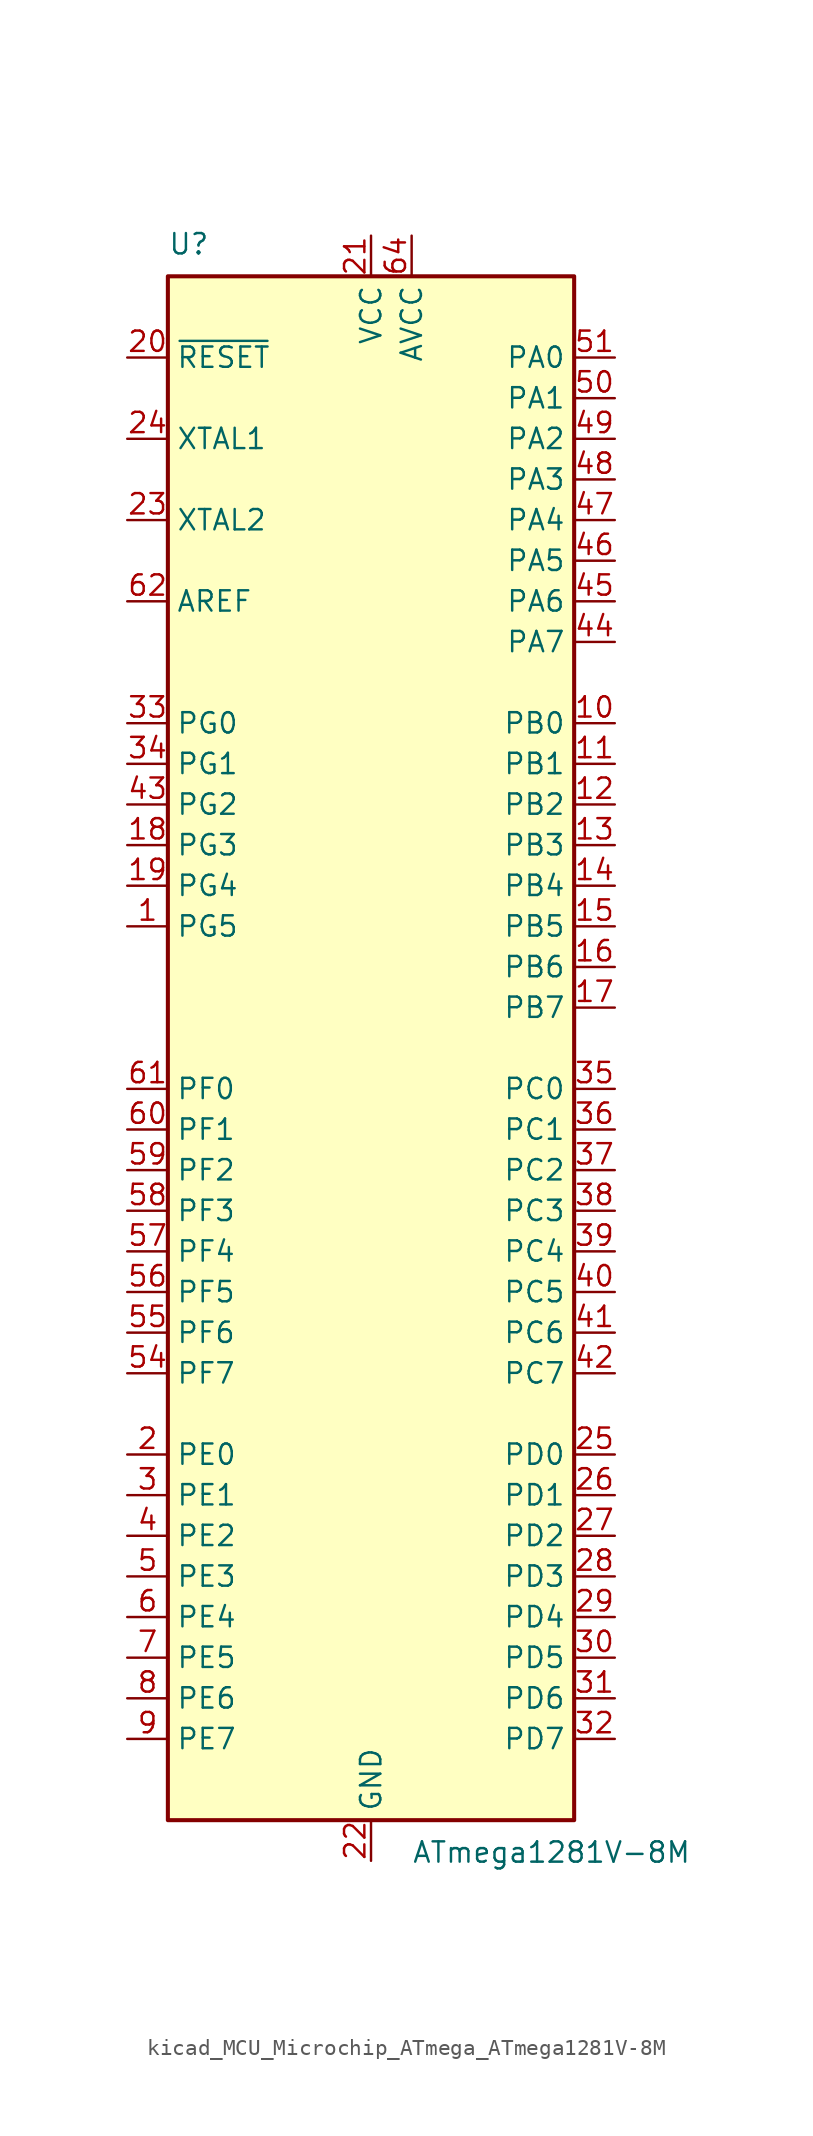
<source format=kicad_sym>
(kicad_symbol_lib
  (version 20220914)
  (generator kicad_symbol_editor)
  (symbol "kicad_MCU_Microchip_ATmega_ATmega1281V-8M"
    (property "Reference" "U"
      (at -12.7 49.53 0)
      (effects (font (size 1.27 1.27)) (justify left bottom)))
    (property "Value" "ATmega1281V-8M"
      (at 2.54 -49.53 0)
      (effects (font (size 1.27 1.27)) (justify left top)))
    (symbol "kicad_MCU_Microchip_ATmega_ATmega1281V-8M_0_1"
      (rectangle (start -12.7 -48.26) (end 12.7 48.26) (stroke (width 0.254) (type default)) (fill (type background))))
    (symbol "kicad_MCU_Microchip_ATmega_ATmega1281V-8M_1_1"
      (pin bidirectional line (at -15.24 7.62 0) (length 2.54) (name "PG5" (effects (font (size 1.27 1.27)))) (number "1" (effects (font (size 1.27 1.27)))))
      (pin bidirectional line (at 15.24 20.32 180) (length 2.54) (name "PB0" (effects (font (size 1.27 1.27)))) (number "10" (effects (font (size 1.27 1.27)))))
      (pin bidirectional line (at 15.24 17.78 180) (length 2.54) (name "PB1" (effects (font (size 1.27 1.27)))) (number "11" (effects (font (size 1.27 1.27)))))
      (pin bidirectional line (at 15.24 15.24 180) (length 2.54) (name "PB2" (effects (font (size 1.27 1.27)))) (number "12" (effects (font (size 1.27 1.27)))))
      (pin bidirectional line (at 15.24 12.7 180) (length 2.54) (name "PB3" (effects (font (size 1.27 1.27)))) (number "13" (effects (font (size 1.27 1.27)))))
      (pin bidirectional line (at 15.24 10.16 180) (length 2.54) (name "PB4" (effects (font (size 1.27 1.27)))) (number "14" (effects (font (size 1.27 1.27)))))
      (pin bidirectional line (at 15.24 7.62 180) (length 2.54) (name "PB5" (effects (font (size 1.27 1.27)))) (number "15" (effects (font (size 1.27 1.27)))))
      (pin bidirectional line (at 15.24 5.08 180) (length 2.54) (name "PB6" (effects (font (size 1.27 1.27)))) (number "16" (effects (font (size 1.27 1.27)))))
      (pin bidirectional line (at 15.24 2.54 180) (length 2.54) (name "PB7" (effects (font (size 1.27 1.27)))) (number "17" (effects (font (size 1.27 1.27)))))
      (pin bidirectional line (at -15.24 12.7 0) (length 2.54) (name "PG3" (effects (font (size 1.27 1.27)))) (number "18" (effects (font (size 1.27 1.27)))))
      (pin bidirectional line (at -15.24 10.16 0) (length 2.54) (name "PG4" (effects (font (size 1.27 1.27)))) (number "19" (effects (font (size 1.27 1.27)))))
      (pin bidirectional line (at -15.24 -25.4 0) (length 2.54) (name "PE0" (effects (font (size 1.27 1.27)))) (number "2" (effects (font (size 1.27 1.27)))))
      (pin input line (at -15.24 43.18 0) (length 2.54) (name "~{RESET}" (effects (font (size 1.27 1.27)))) (number "20" (effects (font (size 1.27 1.27)))))
      (pin power_in line (at 0 50.8 270) (length 2.54) (name "VCC" (effects (font (size 1.27 1.27)))) (number "21" (effects (font (size 1.27 1.27)))))
      (pin power_in line (at 0 -50.8 90) (length 2.54) (name "GND" (effects (font (size 1.27 1.27)))) (number "22" (effects (font (size 1.27 1.27)))))
      (pin output line (at -15.24 33.02 0) (length 2.54) (name "XTAL2" (effects (font (size 1.27 1.27)))) (number "23" (effects (font (size 1.27 1.27)))))
      (pin input line (at -15.24 38.1 0) (length 2.54) (name "XTAL1" (effects (font (size 1.27 1.27)))) (number "24" (effects (font (size 1.27 1.27)))))
      (pin bidirectional line (at 15.24 -25.4 180) (length 2.54) (name "PD0" (effects (font (size 1.27 1.27)))) (number "25" (effects (font (size 1.27 1.27)))))
      (pin bidirectional line (at 15.24 -27.94 180) (length 2.54) (name "PD1" (effects (font (size 1.27 1.27)))) (number "26" (effects (font (size 1.27 1.27)))))
      (pin bidirectional line (at 15.24 -30.48 180) (length 2.54) (name "PD2" (effects (font (size 1.27 1.27)))) (number "27" (effects (font (size 1.27 1.27)))))
      (pin bidirectional line (at 15.24 -33.02 180) (length 2.54) (name "PD3" (effects (font (size 1.27 1.27)))) (number "28" (effects (font (size 1.27 1.27)))))
      (pin bidirectional line (at 15.24 -35.56 180) (length 2.54) (name "PD4" (effects (font (size 1.27 1.27)))) (number "29" (effects (font (size 1.27 1.27)))))
      (pin bidirectional line (at -15.24 -27.94 0) (length 2.54) (name "PE1" (effects (font (size 1.27 1.27)))) (number "3" (effects (font (size 1.27 1.27)))))
      (pin bidirectional line (at 15.24 -38.1 180) (length 2.54) (name "PD5" (effects (font (size 1.27 1.27)))) (number "30" (effects (font (size 1.27 1.27)))))
      (pin bidirectional line (at 15.24 -40.64 180) (length 2.54) (name "PD6" (effects (font (size 1.27 1.27)))) (number "31" (effects (font (size 1.27 1.27)))))
      (pin bidirectional line (at 15.24 -43.18 180) (length 2.54) (name "PD7" (effects (font (size 1.27 1.27)))) (number "32" (effects (font (size 1.27 1.27)))))
      (pin bidirectional line (at -15.24 20.32 0) (length 2.54) (name "PG0" (effects (font (size 1.27 1.27)))) (number "33" (effects (font (size 1.27 1.27)))))
      (pin bidirectional line (at -15.24 17.78 0) (length 2.54) (name "PG1" (effects (font (size 1.27 1.27)))) (number "34" (effects (font (size 1.27 1.27)))))
      (pin bidirectional line (at 15.24 -2.54 180) (length 2.54) (name "PC0" (effects (font (size 1.27 1.27)))) (number "35" (effects (font (size 1.27 1.27)))))
      (pin bidirectional line (at 15.24 -5.08 180) (length 2.54) (name "PC1" (effects (font (size 1.27 1.27)))) (number "36" (effects (font (size 1.27 1.27)))))
      (pin bidirectional line (at 15.24 -7.62 180) (length 2.54) (name "PC2" (effects (font (size 1.27 1.27)))) (number "37" (effects (font (size 1.27 1.27)))))
      (pin bidirectional line (at 15.24 -10.16 180) (length 2.54) (name "PC3" (effects (font (size 1.27 1.27)))) (number "38" (effects (font (size 1.27 1.27)))))
      (pin bidirectional line (at 15.24 -12.7 180) (length 2.54) (name "PC4" (effects (font (size 1.27 1.27)))) (number "39" (effects (font (size 1.27 1.27)))))
      (pin bidirectional line (at -15.24 -30.48 0) (length 2.54) (name "PE2" (effects (font (size 1.27 1.27)))) (number "4" (effects (font (size 1.27 1.27)))))
      (pin bidirectional line (at 15.24 -15.24 180) (length 2.54) (name "PC5" (effects (font (size 1.27 1.27)))) (number "40" (effects (font (size 1.27 1.27)))))
      (pin bidirectional line (at 15.24 -17.78 180) (length 2.54) (name "PC6" (effects (font (size 1.27 1.27)))) (number "41" (effects (font (size 1.27 1.27)))))
      (pin bidirectional line (at 15.24 -20.32 180) (length 2.54) (name "PC7" (effects (font (size 1.27 1.27)))) (number "42" (effects (font (size 1.27 1.27)))))
      (pin bidirectional line (at -15.24 15.24 0) (length 2.54) (name "PG2" (effects (font (size 1.27 1.27)))) (number "43" (effects (font (size 1.27 1.27)))))
      (pin bidirectional line (at 15.24 25.4 180) (length 2.54) (name "PA7" (effects (font (size 1.27 1.27)))) (number "44" (effects (font (size 1.27 1.27)))))
      (pin bidirectional line (at 15.24 27.94 180) (length 2.54) (name "PA6" (effects (font (size 1.27 1.27)))) (number "45" (effects (font (size 1.27 1.27)))))
      (pin bidirectional line (at 15.24 30.48 180) (length 2.54) (name "PA5" (effects (font (size 1.27 1.27)))) (number "46" (effects (font (size 1.27 1.27)))))
      (pin bidirectional line (at 15.24 33.02 180) (length 2.54) (name "PA4" (effects (font (size 1.27 1.27)))) (number "47" (effects (font (size 1.27 1.27)))))
      (pin bidirectional line (at 15.24 35.56 180) (length 2.54) (name "PA3" (effects (font (size 1.27 1.27)))) (number "48" (effects (font (size 1.27 1.27)))))
      (pin bidirectional line (at 15.24 38.1 180) (length 2.54) (name "PA2" (effects (font (size 1.27 1.27)))) (number "49" (effects (font (size 1.27 1.27)))))
      (pin bidirectional line (at -15.24 -33.02 0) (length 2.54) (name "PE3" (effects (font (size 1.27 1.27)))) (number "5" (effects (font (size 1.27 1.27)))))
      (pin bidirectional line (at 15.24 40.64 180) (length 2.54) (name "PA1" (effects (font (size 1.27 1.27)))) (number "50" (effects (font (size 1.27 1.27)))))
      (pin bidirectional line (at 15.24 43.18 180) (length 2.54) (name "PA0" (effects (font (size 1.27 1.27)))) (number "51" (effects (font (size 1.27 1.27)))))
      (pin passive line (at 0 50.8 270) (length 2.54) hide (name "VCC" (effects (font (size 1.27 1.27)))) (number "52" (effects (font (size 1.27 1.27)))))
      (pin passive line (at 0 -50.8 90) (length 2.54) hide (name "GND" (effects (font (size 1.27 1.27)))) (number "53" (effects (font (size 1.27 1.27)))))
      (pin bidirectional line (at -15.24 -20.32 0) (length 2.54) (name "PF7" (effects (font (size 1.27 1.27)))) (number "54" (effects (font (size 1.27 1.27)))))
      (pin bidirectional line (at -15.24 -17.78 0) (length 2.54) (name "PF6" (effects (font (size 1.27 1.27)))) (number "55" (effects (font (size 1.27 1.27)))))
      (pin bidirectional line (at -15.24 -15.24 0) (length 2.54) (name "PF5" (effects (font (size 1.27 1.27)))) (number "56" (effects (font (size 1.27 1.27)))))
      (pin bidirectional line (at -15.24 -12.7 0) (length 2.54) (name "PF4" (effects (font (size 1.27 1.27)))) (number "57" (effects (font (size 1.27 1.27)))))
      (pin bidirectional line (at -15.24 -10.16 0) (length 2.54) (name "PF3" (effects (font (size 1.27 1.27)))) (number "58" (effects (font (size 1.27 1.27)))))
      (pin bidirectional line (at -15.24 -7.62 0) (length 2.54) (name "PF2" (effects (font (size 1.27 1.27)))) (number "59" (effects (font (size 1.27 1.27)))))
      (pin bidirectional line (at -15.24 -35.56 0) (length 2.54) (name "PE4" (effects (font (size 1.27 1.27)))) (number "6" (effects (font (size 1.27 1.27)))))
      (pin bidirectional line (at -15.24 -5.08 0) (length 2.54) (name "PF1" (effects (font (size 1.27 1.27)))) (number "60" (effects (font (size 1.27 1.27)))))
      (pin bidirectional line (at -15.24 -2.54 0) (length 2.54) (name "PF0" (effects (font (size 1.27 1.27)))) (number "61" (effects (font (size 1.27 1.27)))))
      (pin passive line (at -15.24 27.94 0) (length 2.54) (name "AREF" (effects (font (size 1.27 1.27)))) (number "62" (effects (font (size 1.27 1.27)))))
      (pin passive line (at 0 -50.8 90) (length 2.54) hide (name "GND" (effects (font (size 1.27 1.27)))) (number "63" (effects (font (size 1.27 1.27)))))
      (pin power_in line (at 2.54 50.8 270) (length 2.54) (name "AVCC" (effects (font (size 1.27 1.27)))) (number "64" (effects (font (size 1.27 1.27)))))
      (pin passive line (at 0 -50.8 90) (length 2.54) hide (name "GND" (effects (font (size 1.27 1.27)))) (number "65" (effects (font (size 1.27 1.27)))))
      (pin bidirectional line (at -15.24 -38.1 0) (length 2.54) (name "PE5" (effects (font (size 1.27 1.27)))) (number "7" (effects (font (size 1.27 1.27)))))
      (pin bidirectional line (at -15.24 -40.64 0) (length 2.54) (name "PE6" (effects (font (size 1.27 1.27)))) (number "8" (effects (font (size 1.27 1.27)))))
      (pin bidirectional line (at -15.24 -43.18 0) (length 2.54) (name "PE7" (effects (font (size 1.27 1.27)))) (number "9" (effects (font (size 1.27 1.27))))))))
</source>
